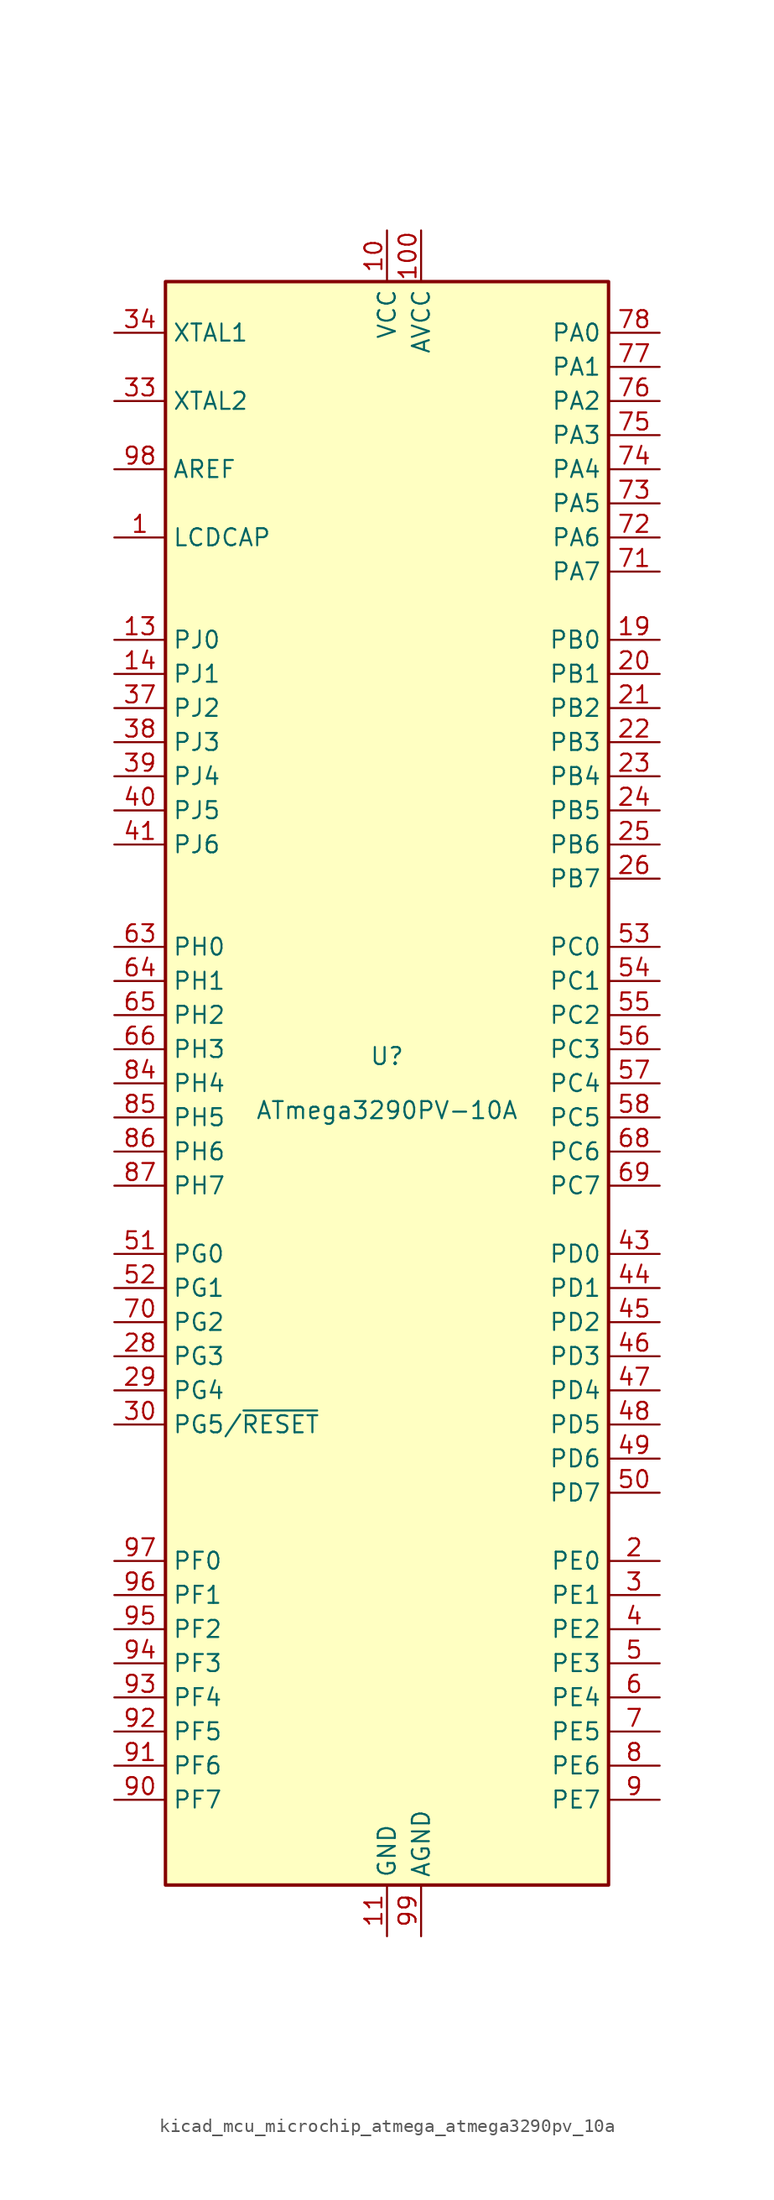
<source format=kicad_sym>
(kicad_symbol_lib
  (version 20220914)
  (generator kicad_symbol_editor)
  (symbol "kicad_mcu_microchip_atmega_atmega3290pv_10a"
    (property "Reference" "U"
      (at 0 1.27 0)
      (effects (font (size 1.27 1.27)) (justify bottom)))
    (property "Value" "ATmega3290PV-10A"
      (at 0 -1.27 0)
      (effects (font (size 1.27 1.27)) (justify top)))
    (symbol "kicad_mcu_microchip_atmega_atmega3290pv_10a_0_1"
      (rectangle (start -16.51 -59.69) (end 16.51 59.69) (stroke (width 0.254) (type default)) (fill (type background))))
    (symbol "kicad_mcu_microchip_atmega_atmega3290pv_10a_1_1"
      (pin passive line (at -20.32 40.64 0) (length 3.81) (name "LCDCAP" (effects (font (size 1.27 1.27)))) (number "1" (effects (font (size 1.27 1.27)))))
      (pin power_in line (at 0 63.5 270) (length 3.81) (name "VCC" (effects (font (size 1.27 1.27)))) (number "10" (effects (font (size 1.27 1.27)))))
      (pin power_in line (at 2.54 63.5 270) (length 3.81) (name "AVCC" (effects (font (size 1.27 1.27)))) (number "100" (effects (font (size 1.27 1.27)))))
      (pin power_in line (at 0 -63.5 90) (length 3.81) (name "GND" (effects (font (size 1.27 1.27)))) (number "11" (effects (font (size 1.27 1.27)))))
      (pin no_connect line (at -15.24 38.1 0) (length 2.54) hide (name "NC" (effects (font (size 1.27 1.27)))) (number "12" (effects (font (size 1.27 1.27)))))
      (pin bidirectional line (at -20.32 33.02 0) (length 3.81) (name "PJ0" (effects (font (size 1.27 1.27)))) (number "13" (effects (font (size 1.27 1.27)))))
      (pin bidirectional line (at -20.32 30.48 0) (length 3.81) (name "PJ1" (effects (font (size 1.27 1.27)))) (number "14" (effects (font (size 1.27 1.27)))))
      (pin no_connect line (at -15.24 35.56 0) (length 2.54) hide (name "NC" (effects (font (size 1.27 1.27)))) (number "15" (effects (font (size 1.27 1.27)))))
      (pin no_connect line (at -15.24 15.24 0) (length 2.54) hide (name "NC" (effects (font (size 1.27 1.27)))) (number "16" (effects (font (size 1.27 1.27)))))
      (pin no_connect line (at -15.24 12.7 0) (length 2.54) hide (name "NC" (effects (font (size 1.27 1.27)))) (number "17" (effects (font (size 1.27 1.27)))))
      (pin no_connect line (at -15.24 -10.16 0) (length 2.54) hide (name "NC" (effects (font (size 1.27 1.27)))) (number "18" (effects (font (size 1.27 1.27)))))
      (pin bidirectional line (at 20.32 33.02 180) (length 3.81) (name "PB0" (effects (font (size 1.27 1.27)))) (number "19" (effects (font (size 1.27 1.27)))))
      (pin bidirectional line (at 20.32 -35.56 180) (length 3.81) (name "PE0" (effects (font (size 1.27 1.27)))) (number "2" (effects (font (size 1.27 1.27)))))
      (pin bidirectional line (at 20.32 30.48 180) (length 3.81) (name "PB1" (effects (font (size 1.27 1.27)))) (number "20" (effects (font (size 1.27 1.27)))))
      (pin bidirectional line (at 20.32 27.94 180) (length 3.81) (name "PB2" (effects (font (size 1.27 1.27)))) (number "21" (effects (font (size 1.27 1.27)))))
      (pin bidirectional line (at 20.32 25.4 180) (length 3.81) (name "PB3" (effects (font (size 1.27 1.27)))) (number "22" (effects (font (size 1.27 1.27)))))
      (pin bidirectional line (at 20.32 22.86 180) (length 3.81) (name "PB4" (effects (font (size 1.27 1.27)))) (number "23" (effects (font (size 1.27 1.27)))))
      (pin bidirectional line (at 20.32 20.32 180) (length 3.81) (name "PB5" (effects (font (size 1.27 1.27)))) (number "24" (effects (font (size 1.27 1.27)))))
      (pin bidirectional line (at 20.32 17.78 180) (length 3.81) (name "PB6" (effects (font (size 1.27 1.27)))) (number "25" (effects (font (size 1.27 1.27)))))
      (pin bidirectional line (at 20.32 15.24 180) (length 3.81) (name "PB7" (effects (font (size 1.27 1.27)))) (number "26" (effects (font (size 1.27 1.27)))))
      (pin no_connect line (at -15.24 -27.94 0) (length 2.54) hide (name "NC" (effects (font (size 1.27 1.27)))) (number "27" (effects (font (size 1.27 1.27)))))
      (pin bidirectional line (at -20.32 -20.32 0) (length 3.81) (name "PG3" (effects (font (size 1.27 1.27)))) (number "28" (effects (font (size 1.27 1.27)))))
      (pin bidirectional line (at -20.32 -22.86 0) (length 3.81) (name "PG4" (effects (font (size 1.27 1.27)))) (number "29" (effects (font (size 1.27 1.27)))))
      (pin bidirectional line (at 20.32 -38.1 180) (length 3.81) (name "PE1" (effects (font (size 1.27 1.27)))) (number "3" (effects (font (size 1.27 1.27)))))
      (pin bidirectional line (at -20.32 -25.4 0) (length 3.81) (name "PG5/~{RESET}" (effects (font (size 1.27 1.27)))) (number "30" (effects (font (size 1.27 1.27)))))
      (pin passive line (at 0 63.5 270) (length 3.81) hide (name "VCC" (effects (font (size 1.27 1.27)))) (number "31" (effects (font (size 1.27 1.27)))))
      (pin passive line (at 0 -63.5 90) (length 3.81) hide (name "GND" (effects (font (size 1.27 1.27)))) (number "32" (effects (font (size 1.27 1.27)))))
      (pin output line (at -20.32 50.8 0) (length 3.81) (name "XTAL2" (effects (font (size 1.27 1.27)))) (number "33" (effects (font (size 1.27 1.27)))))
      (pin input line (at -20.32 55.88 0) (length 3.81) (name "XTAL1" (effects (font (size 1.27 1.27)))) (number "34" (effects (font (size 1.27 1.27)))))
      (pin no_connect line (at -15.24 -30.48 0) (length 2.54) hide (name "NC" (effects (font (size 1.27 1.27)))) (number "35" (effects (font (size 1.27 1.27)))))
      (pin no_connect line (at -15.24 -33.02 0) (length 2.54) hide (name "NC" (effects (font (size 1.27 1.27)))) (number "36" (effects (font (size 1.27 1.27)))))
      (pin bidirectional line (at -20.32 27.94 0) (length 3.81) (name "PJ2" (effects (font (size 1.27 1.27)))) (number "37" (effects (font (size 1.27 1.27)))))
      (pin bidirectional line (at -20.32 25.4 0) (length 3.81) (name "PJ3" (effects (font (size 1.27 1.27)))) (number "38" (effects (font (size 1.27 1.27)))))
      (pin bidirectional line (at -20.32 22.86 0) (length 3.81) (name "PJ4" (effects (font (size 1.27 1.27)))) (number "39" (effects (font (size 1.27 1.27)))))
      (pin bidirectional line (at 20.32 -40.64 180) (length 3.81) (name "PE2" (effects (font (size 1.27 1.27)))) (number "4" (effects (font (size 1.27 1.27)))))
      (pin bidirectional line (at -20.32 20.32 0) (length 3.81) (name "PJ5" (effects (font (size 1.27 1.27)))) (number "40" (effects (font (size 1.27 1.27)))))
      (pin bidirectional line (at -20.32 17.78 0) (length 3.81) (name "PJ6" (effects (font (size 1.27 1.27)))) (number "41" (effects (font (size 1.27 1.27)))))
      (pin no_connect line (at -15.24 -58.42 90) (length 2.54) hide (name "NC" (effects (font (size 1.27 1.27)))) (number "42" (effects (font (size 1.27 1.27)))))
      (pin bidirectional line (at 20.32 -12.7 180) (length 3.81) (name "PD0" (effects (font (size 1.27 1.27)))) (number "43" (effects (font (size 1.27 1.27)))))
      (pin bidirectional line (at 20.32 -15.24 180) (length 3.81) (name "PD1" (effects (font (size 1.27 1.27)))) (number "44" (effects (font (size 1.27 1.27)))))
      (pin bidirectional line (at 20.32 -17.78 180) (length 3.81) (name "PD2" (effects (font (size 1.27 1.27)))) (number "45" (effects (font (size 1.27 1.27)))))
      (pin bidirectional line (at 20.32 -20.32 180) (length 3.81) (name "PD3" (effects (font (size 1.27 1.27)))) (number "46" (effects (font (size 1.27 1.27)))))
      (pin bidirectional line (at 20.32 -22.86 180) (length 3.81) (name "PD4" (effects (font (size 1.27 1.27)))) (number "47" (effects (font (size 1.27 1.27)))))
      (pin bidirectional line (at 20.32 -25.4 180) (length 3.81) (name "PD5" (effects (font (size 1.27 1.27)))) (number "48" (effects (font (size 1.27 1.27)))))
      (pin bidirectional line (at 20.32 -27.94 180) (length 3.81) (name "PD6" (effects (font (size 1.27 1.27)))) (number "49" (effects (font (size 1.27 1.27)))))
      (pin bidirectional line (at 20.32 -43.18 180) (length 3.81) (name "PE3" (effects (font (size 1.27 1.27)))) (number "5" (effects (font (size 1.27 1.27)))))
      (pin bidirectional line (at 20.32 -30.48 180) (length 3.81) (name "PD7" (effects (font (size 1.27 1.27)))) (number "50" (effects (font (size 1.27 1.27)))))
      (pin bidirectional line (at -20.32 -12.7 0) (length 3.81) (name "PG0" (effects (font (size 1.27 1.27)))) (number "51" (effects (font (size 1.27 1.27)))))
      (pin bidirectional line (at -20.32 -15.24 0) (length 3.81) (name "PG1" (effects (font (size 1.27 1.27)))) (number "52" (effects (font (size 1.27 1.27)))))
      (pin bidirectional line (at 20.32 10.16 180) (length 3.81) (name "PC0" (effects (font (size 1.27 1.27)))) (number "53" (effects (font (size 1.27 1.27)))))
      (pin bidirectional line (at 20.32 7.62 180) (length 3.81) (name "PC1" (effects (font (size 1.27 1.27)))) (number "54" (effects (font (size 1.27 1.27)))))
      (pin bidirectional line (at 20.32 5.08 180) (length 3.81) (name "PC2" (effects (font (size 1.27 1.27)))) (number "55" (effects (font (size 1.27 1.27)))))
      (pin bidirectional line (at 20.32 2.54 180) (length 3.81) (name "PC3" (effects (font (size 1.27 1.27)))) (number "56" (effects (font (size 1.27 1.27)))))
      (pin bidirectional line (at 20.32 0 180) (length 3.81) (name "PC4" (effects (font (size 1.27 1.27)))) (number "57" (effects (font (size 1.27 1.27)))))
      (pin bidirectional line (at 20.32 -2.54 180) (length 3.81) (name "PC5" (effects (font (size 1.27 1.27)))) (number "58" (effects (font (size 1.27 1.27)))))
      (pin no_connect line (at -12.7 -58.42 90) (length 2.54) hide (name "NC" (effects (font (size 1.27 1.27)))) (number "59" (effects (font (size 1.27 1.27)))))
      (pin bidirectional line (at 20.32 -45.72 180) (length 3.81) (name "PE4" (effects (font (size 1.27 1.27)))) (number "6" (effects (font (size 1.27 1.27)))))
      (pin no_connect line (at -10.16 -58.42 90) (length 2.54) hide (name "NC" (effects (font (size 1.27 1.27)))) (number "60" (effects (font (size 1.27 1.27)))))
      (pin no_connect line (at -7.62 -58.42 90) (length 2.54) hide (name "NC" (effects (font (size 1.27 1.27)))) (number "61" (effects (font (size 1.27 1.27)))))
      (pin no_connect line (at -5.08 -58.42 90) (length 2.54) hide (name "NC" (effects (font (size 1.27 1.27)))) (number "62" (effects (font (size 1.27 1.27)))))
      (pin bidirectional line (at -20.32 10.16 0) (length 3.81) (name "PH0" (effects (font (size 1.27 1.27)))) (number "63" (effects (font (size 1.27 1.27)))))
      (pin bidirectional line (at -20.32 7.62 0) (length 3.81) (name "PH1" (effects (font (size 1.27 1.27)))) (number "64" (effects (font (size 1.27 1.27)))))
      (pin bidirectional line (at -20.32 5.08 0) (length 3.81) (name "PH2" (effects (font (size 1.27 1.27)))) (number "65" (effects (font (size 1.27 1.27)))))
      (pin bidirectional line (at -20.32 2.54 0) (length 3.81) (name "PH3" (effects (font (size 1.27 1.27)))) (number "66" (effects (font (size 1.27 1.27)))))
      (pin no_connect line (at -2.54 -58.42 90) (length 2.54) hide (name "NC" (effects (font (size 1.27 1.27)))) (number "67" (effects (font (size 1.27 1.27)))))
      (pin bidirectional line (at 20.32 -5.08 180) (length 3.81) (name "PC6" (effects (font (size 1.27 1.27)))) (number "68" (effects (font (size 1.27 1.27)))))
      (pin bidirectional line (at 20.32 -7.62 180) (length 3.81) (name "PC7" (effects (font (size 1.27 1.27)))) (number "69" (effects (font (size 1.27 1.27)))))
      (pin bidirectional line (at 20.32 -48.26 180) (length 3.81) (name "PE5" (effects (font (size 1.27 1.27)))) (number "7" (effects (font (size 1.27 1.27)))))
      (pin bidirectional line (at -20.32 -17.78 0) (length 3.81) (name "PG2" (effects (font (size 1.27 1.27)))) (number "70" (effects (font (size 1.27 1.27)))))
      (pin bidirectional line (at 20.32 38.1 180) (length 3.81) (name "PA7" (effects (font (size 1.27 1.27)))) (number "71" (effects (font (size 1.27 1.27)))))
      (pin bidirectional line (at 20.32 40.64 180) (length 3.81) (name "PA6" (effects (font (size 1.27 1.27)))) (number "72" (effects (font (size 1.27 1.27)))))
      (pin bidirectional line (at 20.32 43.18 180) (length 3.81) (name "PA5" (effects (font (size 1.27 1.27)))) (number "73" (effects (font (size 1.27 1.27)))))
      (pin bidirectional line (at 20.32 45.72 180) (length 3.81) (name "PA4" (effects (font (size 1.27 1.27)))) (number "74" (effects (font (size 1.27 1.27)))))
      (pin bidirectional line (at 20.32 48.26 180) (length 3.81) (name "PA3" (effects (font (size 1.27 1.27)))) (number "75" (effects (font (size 1.27 1.27)))))
      (pin bidirectional line (at 20.32 50.8 180) (length 3.81) (name "PA2" (effects (font (size 1.27 1.27)))) (number "76" (effects (font (size 1.27 1.27)))))
      (pin bidirectional line (at 20.32 53.34 180) (length 3.81) (name "PA1" (effects (font (size 1.27 1.27)))) (number "77" (effects (font (size 1.27 1.27)))))
      (pin bidirectional line (at 20.32 55.88 180) (length 3.81) (name "PA0" (effects (font (size 1.27 1.27)))) (number "78" (effects (font (size 1.27 1.27)))))
      (pin no_connect line (at 5.08 -58.42 90) (length 2.54) hide (name "NC" (effects (font (size 1.27 1.27)))) (number "79" (effects (font (size 1.27 1.27)))))
      (pin bidirectional line (at 20.32 -50.8 180) (length 3.81) (name "PE6" (effects (font (size 1.27 1.27)))) (number "8" (effects (font (size 1.27 1.27)))))
      (pin passive line (at 0 63.5 270) (length 3.81) hide (name "VCC" (effects (font (size 1.27 1.27)))) (number "80" (effects (font (size 1.27 1.27)))))
      (pin passive line (at 0 -63.5 90) (length 3.81) hide (name "GND" (effects (font (size 1.27 1.27)))) (number "81" (effects (font (size 1.27 1.27)))))
      (pin no_connect line (at 7.62 -58.42 90) (length 2.54) hide (name "NC" (effects (font (size 1.27 1.27)))) (number "82" (effects (font (size 1.27 1.27)))))
      (pin no_connect line (at 10.16 -58.42 90) (length 2.54) hide (name "NC" (effects (font (size 1.27 1.27)))) (number "83" (effects (font (size 1.27 1.27)))))
      (pin bidirectional line (at -20.32 0 0) (length 3.81) (name "PH4" (effects (font (size 1.27 1.27)))) (number "84" (effects (font (size 1.27 1.27)))))
      (pin bidirectional line (at -20.32 -2.54 0) (length 3.81) (name "PH5" (effects (font (size 1.27 1.27)))) (number "85" (effects (font (size 1.27 1.27)))))
      (pin bidirectional line (at -20.32 -5.08 0) (length 3.81) (name "PH6" (effects (font (size 1.27 1.27)))) (number "86" (effects (font (size 1.27 1.27)))))
      (pin bidirectional line (at -20.32 -7.62 0) (length 3.81) (name "PH7" (effects (font (size 1.27 1.27)))) (number "87" (effects (font (size 1.27 1.27)))))
      (pin no_connect line (at 12.7 -58.42 90) (length 2.54) hide (name "NC" (effects (font (size 1.27 1.27)))) (number "88" (effects (font (size 1.27 1.27)))))
      (pin no_connect line (at 15.24 -58.42 90) (length 2.54) hide (name "NC" (effects (font (size 1.27 1.27)))) (number "89" (effects (font (size 1.27 1.27)))))
      (pin bidirectional line (at 20.32 -53.34 180) (length 3.81) (name "PE7" (effects (font (size 1.27 1.27)))) (number "9" (effects (font (size 1.27 1.27)))))
      (pin bidirectional line (at -20.32 -53.34 0) (length 3.81) (name "PF7" (effects (font (size 1.27 1.27)))) (number "90" (effects (font (size 1.27 1.27)))))
      (pin bidirectional line (at -20.32 -50.8 0) (length 3.81) (name "PF6" (effects (font (size 1.27 1.27)))) (number "91" (effects (font (size 1.27 1.27)))))
      (pin bidirectional line (at -20.32 -48.26 0) (length 3.81) (name "PF5" (effects (font (size 1.27 1.27)))) (number "92" (effects (font (size 1.27 1.27)))))
      (pin bidirectional line (at -20.32 -45.72 0) (length 3.81) (name "PF4" (effects (font (size 1.27 1.27)))) (number "93" (effects (font (size 1.27 1.27)))))
      (pin bidirectional line (at -20.32 -43.18 0) (length 3.81) (name "PF3" (effects (font (size 1.27 1.27)))) (number "94" (effects (font (size 1.27 1.27)))))
      (pin bidirectional line (at -20.32 -40.64 0) (length 3.81) (name "PF2" (effects (font (size 1.27 1.27)))) (number "95" (effects (font (size 1.27 1.27)))))
      (pin bidirectional line (at -20.32 -38.1 0) (length 3.81) (name "PF1" (effects (font (size 1.27 1.27)))) (number "96" (effects (font (size 1.27 1.27)))))
      (pin bidirectional line (at -20.32 -35.56 0) (length 3.81) (name "PF0" (effects (font (size 1.27 1.27)))) (number "97" (effects (font (size 1.27 1.27)))))
      (pin passive line (at -20.32 45.72 0) (length 3.81) (name "AREF" (effects (font (size 1.27 1.27)))) (number "98" (effects (font (size 1.27 1.27)))))
      (pin power_in line (at 2.54 -63.5 90) (length 3.81) (name "AGND" (effects (font (size 1.27 1.27)))) (number "99" (effects (font (size 1.27 1.27))))))))
</source>
